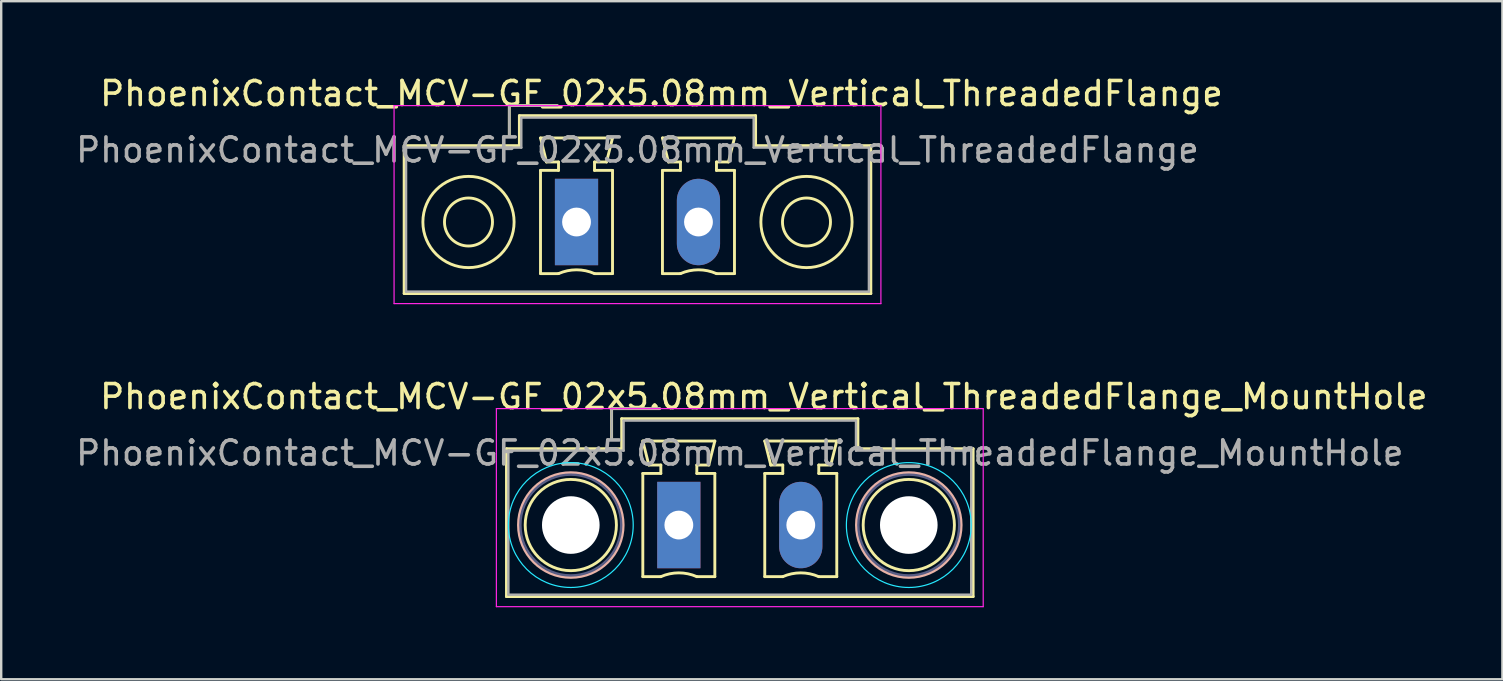
<source format=kicad_pcb>
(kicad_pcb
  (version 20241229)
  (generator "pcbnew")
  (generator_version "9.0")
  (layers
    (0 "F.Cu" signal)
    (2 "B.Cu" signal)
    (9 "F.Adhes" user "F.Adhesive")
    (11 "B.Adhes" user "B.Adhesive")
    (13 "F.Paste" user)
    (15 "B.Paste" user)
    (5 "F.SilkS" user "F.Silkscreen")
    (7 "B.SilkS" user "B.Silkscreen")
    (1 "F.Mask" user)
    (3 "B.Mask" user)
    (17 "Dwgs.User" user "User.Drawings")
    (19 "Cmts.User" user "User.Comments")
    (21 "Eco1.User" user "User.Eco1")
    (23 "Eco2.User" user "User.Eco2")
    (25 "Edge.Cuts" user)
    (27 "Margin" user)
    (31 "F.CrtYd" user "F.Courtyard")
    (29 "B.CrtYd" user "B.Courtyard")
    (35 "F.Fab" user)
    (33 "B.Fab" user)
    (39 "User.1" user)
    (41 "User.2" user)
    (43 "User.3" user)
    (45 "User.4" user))
  (footprint "PhoenixContact_MCV-GF_02x5.08mm_Vertical_ThreadedFlange"
    (layer "F.Cu")
    (at 20.966 6.198)
    (property "Reference" "PhoenixContact_MCV-GF_02x5.08mm_Vertical_ThreadedFlange" (at 3.54 -5.35 0) (layer "F.SilkS") (effects (font (size 1 1) (thickness 0.15))))
    (attr through_hole)
    (fp_line (start -7.18 -3.18) (end -7.18 2.98) (stroke (width 0.12) (type solid)) (layer "F.SilkS"))
    (fp_line (start -7.18 2.98) (end 12.26 2.98) (stroke (width 0.12) (type solid)) (layer "F.SilkS"))
    (fp_line (start -2.8 -4.85) (end -0.8 -4.85) (stroke (width 0.12) (type solid)) (layer "F.SilkS"))
    (fp_line (start -2.8 -3.6) (end -2.8 -4.85) (stroke (width 0.12) (type solid)) (layer "F.SilkS"))
    (fp_line (start -2.38 -4.43) (end -2.38 -3.18) (stroke (width 0.12) (type solid)) (layer "F.SilkS"))
    (fp_line (start -2.38 -3.18) (end -7.18 -3.18) (stroke (width 0.12) (type solid)) (layer "F.SilkS"))
    (fp_line (start -1.5 -3.5) (end 1.5 -3.5) (stroke (width 0.12) (type solid)) (layer "F.SilkS"))
    (fp_line (start -1.5 -2.15) (end -0.75 -2.15) (stroke (width 0.12) (type solid)) (layer "F.SilkS"))
    (fp_line (start -1.5 2.15) (end -1.5 -2.15) (stroke (width 0.12) (type solid)) (layer "F.SilkS"))
    (fp_line (start -1.25 -2.5) (end -1.5 -3.5) (stroke (width 0.12) (type solid)) (layer "F.SilkS"))
    (fp_line (start -0.75 -2.5) (end -1.25 -2.5) (stroke (width 0.12) (type solid)) (layer "F.SilkS"))
    (fp_line (start -0.75 -2.15) (end -0.75 -2.5) (stroke (width 0.12) (type solid)) (layer "F.SilkS"))
    (fp_line (start -0.75 2.15) (end -1.5 2.15) (stroke (width 0.12) (type solid)) (layer "F.SilkS"))
    (fp_line (start 0.75 -2.5) (end 0.75 -2.15) (stroke (width 0.12) (type solid)) (layer "F.SilkS"))
    (fp_line (start 0.75 -2.15) (end 1.5 -2.15) (stroke (width 0.12) (type solid)) (layer "F.SilkS"))
    (fp_line (start 1.25 -2.5) (end 0.75 -2.5) (stroke (width 0.12) (type solid)) (layer "F.SilkS"))
    (fp_line (start 1.5 -3.5) (end 1.25 -2.5) (stroke (width 0.12) (type solid)) (layer "F.SilkS"))
    (fp_line (start 1.5 -2.15) (end 1.5 2.15) (stroke (width 0.12) (type solid)) (layer "F.SilkS"))
    (fp_line (start 1.5 2.15) (end 0.75 2.15) (stroke (width 0.12) (type solid)) (layer "F.SilkS"))
    (fp_line (start 3.58 -3.5) (end 6.58 -3.5) (stroke (width 0.12) (type solid)) (layer "F.SilkS"))
    (fp_line (start 3.58 -2.15) (end 4.33 -2.15) (stroke (width 0.12) (type solid)) (layer "F.SilkS"))
    (fp_line (start 3.58 2.15) (end 3.58 -2.15) (stroke (width 0.12) (type solid)) (layer "F.SilkS"))
    (fp_line (start 3.83 -2.5) (end 3.58 -3.5) (stroke (width 0.12) (type solid)) (layer "F.SilkS"))
    (fp_line (start 4.33 -2.5) (end 3.83 -2.5) (stroke (width 0.12) (type solid)) (layer "F.SilkS"))
    (fp_line (start 4.33 -2.15) (end 4.33 -2.5) (stroke (width 0.12) (type solid)) (layer "F.SilkS"))
    (fp_line (start 4.33 2.15) (end 3.58 2.15) (stroke (width 0.12) (type solid)) (layer "F.SilkS"))
    (fp_line (start 5.83 -2.5) (end 5.83 -2.15) (stroke (width 0.12) (type solid)) (layer "F.SilkS"))
    (fp_line (start 5.83 -2.15) (end 6.58 -2.15) (stroke (width 0.12) (type solid)) (layer "F.SilkS"))
    (fp_line (start 6.33 -2.5) (end 5.83 -2.5) (stroke (width 0.12) (type solid)) (layer "F.SilkS"))
    (fp_line (start 6.58 -3.5) (end 6.33 -2.5) (stroke (width 0.12) (type solid)) (layer "F.SilkS"))
    (fp_line (start 6.58 -2.15) (end 6.58 2.15) (stroke (width 0.12) (type solid)) (layer "F.SilkS"))
    (fp_line (start 6.58 2.15) (end 5.83 2.15) (stroke (width 0.12) (type solid)) (layer "F.SilkS"))
    (fp_line (start 7.46 -4.43) (end -2.38 -4.43) (stroke (width 0.12) (type solid)) (layer "F.SilkS"))
    (fp_line (start 7.46 -3.18) (end 7.46 -4.43) (stroke (width 0.12) (type solid)) (layer "F.SilkS"))
    (fp_line (start 12.26 -3.18) (end 7.46 -3.18) (stroke (width 0.12) (type solid)) (layer "F.SilkS"))
    (fp_line (start 12.26 2.98) (end 12.26 -3.18) (stroke (width 0.12) (type solid)) (layer "F.SilkS"))
    (fp_arc (start -0.75 2.15) (mid -0.000193 1.99191) (end 0.749647 2.149844) (stroke (width 0.12) (type solid)) (layer "F.SilkS"))
    (fp_arc (start 4.33 2.15) (mid 5.079807 1.99191) (end 5.829647 2.149844) (stroke (width 0.12) (type solid)) (layer "F.SilkS"))
    (fp_circle (center -4.5 0) (end -3.5 0) (stroke (width 0.12) (type solid)) (fill no) (layer "F.SilkS"))
    (fp_circle (center -4.5 0) (end -2.6 0) (stroke (width 0.12) (type solid)) (fill no) (layer "F.SilkS"))
    (fp_circle (center 9.58 0) (end 10.58 0) (stroke (width 0.12) (type solid)) (fill no) (layer "F.SilkS"))
    (fp_circle (center 9.58 0) (end 11.48 0) (stroke (width 0.12) (type solid)) (fill no) (layer "F.SilkS"))
    (fp_line (start -7.6 -4.85) (end -7.6 3.4) (stroke (width 0.05) (type solid)) (layer "F.CrtYd"))
    (fp_line (start -7.6 3.4) (end 12.68 3.4) (stroke (width 0.05) (type solid)) (layer "F.CrtYd"))
    (fp_line (start 12.68 -4.85) (end -7.6 -4.85) (stroke (width 0.05) (type solid)) (layer "F.CrtYd"))
    (fp_line (start 12.68 3.4) (end 12.68 -4.85) (stroke (width 0.05) (type solid)) (layer "F.CrtYd"))
    (fp_line (start -7.1 -3.1) (end -7.1 2.9) (stroke (width 0.1) (type solid)) (layer "F.Fab"))
    (fp_line (start -7.1 2.9) (end 12.18 2.9) (stroke (width 0.1) (type solid)) (layer "F.Fab"))
    (fp_line (start -2.8 -4.85) (end -0.8 -4.85) (stroke (width 0.1) (type solid)) (layer "F.Fab"))
    (fp_line (start -2.8 -3.6) (end -2.8 -4.85) (stroke (width 0.1) (type solid)) (layer "F.Fab"))
    (fp_line (start -2.3 -4.35) (end -2.3 -3.1) (stroke (width 0.1) (type solid)) (layer "F.Fab"))
    (fp_line (start -2.3 -3.1) (end -7.1 -3.1) (stroke (width 0.1) (type solid)) (layer "F.Fab"))
    (fp_line (start 7.38 -4.35) (end -2.3 -4.35) (stroke (width 0.1) (type solid)) (layer "F.Fab"))
    (fp_line (start 7.38 -3.1) (end 7.38 -4.35) (stroke (width 0.1) (type solid)) (layer "F.Fab"))
    (fp_line (start 12.18 -3.1) (end 7.38 -3.1) (stroke (width 0.1) (type solid)) (layer "F.Fab"))
    (fp_line (start 12.18 2.9) (end 12.18 -3.1) (stroke (width 0.1) (type solid)) (layer "F.Fab"))
    (fp_text user "${REFERENCE}" (at 2.54 -3 0) (layer "F.Fab") (effects (font (size 1 1) (thickness 0.15))))
    (pad "1" thru_hole rect (at 0 0) (size 1.8 3.6) (drill 1.2) (layers "*.Cu" "*.Mask"))
    (pad "2" thru_hole oval (at 5.08 0) (size 1.8 3.6) (drill 1.2) (layers "*.Cu" "*.Mask")))
  (footprint "PhoenixContact_MCV-GF_02x5.08mm_Vertical_ThreadedFlange_MountHole"
    (layer "F.Cu")
    (at 25.228 18.822)
    (property "Reference" "PhoenixContact_MCV-GF_02x5.08mm_Vertical_ThreadedFlange_MountHole" (at 3.54 -5.35 0) (layer "F.SilkS") (effects (font (size 1 1) (thickness 0.15))))
    (attr through_hole)
    (fp_line (start -7.18 -3.18) (end -7.18 2.98) (stroke (width 0.12) (type solid)) (layer "F.SilkS"))
    (fp_line (start -7.18 2.98) (end 12.26 2.98) (stroke (width 0.12) (type solid)) (layer "F.SilkS"))
    (fp_line (start -2.8 -4.85) (end -0.8 -4.85) (stroke (width 0.12) (type solid)) (layer "F.SilkS"))
    (fp_line (start -2.8 -3.6) (end -2.8 -4.85) (stroke (width 0.12) (type solid)) (layer "F.SilkS"))
    (fp_line (start -2.38 -4.43) (end -2.38 -3.18) (stroke (width 0.12) (type solid)) (layer "F.SilkS"))
    (fp_line (start -2.38 -3.18) (end -7.18 -3.18) (stroke (width 0.12) (type solid)) (layer "F.SilkS"))
    (fp_line (start -1.5 -3.5) (end 1.5 -3.5) (stroke (width 0.12) (type solid)) (layer "F.SilkS"))
    (fp_line (start -1.5 -2.15) (end -0.75 -2.15) (stroke (width 0.12) (type solid)) (layer "F.SilkS"))
    (fp_line (start -1.5 2.15) (end -1.5 -2.15) (stroke (width 0.12) (type solid)) (layer "F.SilkS"))
    (fp_line (start -1.25 -2.5) (end -1.5 -3.5) (stroke (width 0.12) (type solid)) (layer "F.SilkS"))
    (fp_line (start -0.75 -2.5) (end -1.25 -2.5) (stroke (width 0.12) (type solid)) (layer "F.SilkS"))
    (fp_line (start -0.75 -2.15) (end -0.75 -2.5) (stroke (width 0.12) (type solid)) (layer "F.SilkS"))
    (fp_line (start -0.75 2.15) (end -1.5 2.15) (stroke (width 0.12) (type solid)) (layer "F.SilkS"))
    (fp_line (start 0.75 -2.5) (end 0.75 -2.15) (stroke (width 0.12) (type solid)) (layer "F.SilkS"))
    (fp_line (start 0.75 -2.15) (end 1.5 -2.15) (stroke (width 0.12) (type solid)) (layer "F.SilkS"))
    (fp_line (start 1.25 -2.5) (end 0.75 -2.5) (stroke (width 0.12) (type solid)) (layer "F.SilkS"))
    (fp_line (start 1.5 -3.5) (end 1.25 -2.5) (stroke (width 0.12) (type solid)) (layer "F.SilkS"))
    (fp_line (start 1.5 -2.15) (end 1.5 2.15) (stroke (width 0.12) (type solid)) (layer "F.SilkS"))
    (fp_line (start 1.5 2.15) (end 0.75 2.15) (stroke (width 0.12) (type solid)) (layer "F.SilkS"))
    (fp_line (start 3.58 -3.5) (end 6.58 -3.5) (stroke (width 0.12) (type solid)) (layer "F.SilkS"))
    (fp_line (start 3.58 -2.15) (end 4.33 -2.15) (stroke (width 0.12) (type solid)) (layer "F.SilkS"))
    (fp_line (start 3.58 2.15) (end 3.58 -2.15) (stroke (width 0.12) (type solid)) (layer "F.SilkS"))
    (fp_line (start 3.83 -2.5) (end 3.58 -3.5) (stroke (width 0.12) (type solid)) (layer "F.SilkS"))
    (fp_line (start 4.33 -2.5) (end 3.83 -2.5) (stroke (width 0.12) (type solid)) (layer "F.SilkS"))
    (fp_line (start 4.33 -2.15) (end 4.33 -2.5) (stroke (width 0.12) (type solid)) (layer "F.SilkS"))
    (fp_line (start 4.33 2.15) (end 3.58 2.15) (stroke (width 0.12) (type solid)) (layer "F.SilkS"))
    (fp_line (start 5.83 -2.5) (end 5.83 -2.15) (stroke (width 0.12) (type solid)) (layer "F.SilkS"))
    (fp_line (start 5.83 -2.15) (end 6.58 -2.15) (stroke (width 0.12) (type solid)) (layer "F.SilkS"))
    (fp_line (start 6.33 -2.5) (end 5.83 -2.5) (stroke (width 0.12) (type solid)) (layer "F.SilkS"))
    (fp_line (start 6.58 -3.5) (end 6.33 -2.5) (stroke (width 0.12) (type solid)) (layer "F.SilkS"))
    (fp_line (start 6.58 -2.15) (end 6.58 2.15) (stroke (width 0.12) (type solid)) (layer "F.SilkS"))
    (fp_line (start 6.58 2.15) (end 5.83 2.15) (stroke (width 0.12) (type solid)) (layer "F.SilkS"))
    (fp_line (start 7.46 -4.43) (end -2.38 -4.43) (stroke (width 0.12) (type solid)) (layer "F.SilkS"))
    (fp_line (start 7.46 -3.18) (end 7.46 -4.43) (stroke (width 0.12) (type solid)) (layer "F.SilkS"))
    (fp_line (start 12.26 -3.18) (end 7.46 -3.18) (stroke (width 0.12) (type solid)) (layer "F.SilkS"))
    (fp_line (start 12.26 2.98) (end 12.26 -3.18) (stroke (width 0.12) (type solid)) (layer "F.SilkS"))
    (fp_arc (start -0.75 2.15) (mid -0.000193 1.99191) (end 0.749647 2.149844) (stroke (width 0.12) (type solid)) (layer "F.SilkS"))
    (fp_arc (start 4.33 2.15) (mid 5.079807 1.99191) (end 5.829647 2.149844) (stroke (width 0.12) (type solid)) (layer "F.SilkS"))
    (fp_circle (center -4.5 0) (end -2.6 0) (stroke (width 0.12) (type solid)) (fill no) (layer "F.SilkS"))
    (fp_circle (center 9.58 0) (end 11.48 0) (stroke (width 0.12) (type solid)) (fill no) (layer "F.SilkS"))
    (fp_circle (center -4.5 0) (end -2.32 0) (stroke (width 0.12) (type solid)) (fill no) (layer "B.SilkS"))
    (fp_circle (center 9.58 0) (end 11.76 0) (stroke (width 0.12) (type solid)) (fill no) (layer "B.SilkS"))
    (fp_circle (center -4.5 0) (end -1.9 0) (stroke (width 0.05) (type solid)) (fill no) (layer "B.CrtYd"))
    (fp_circle (center 9.58 0) (end 12.18 0) (stroke (width 0.05) (type solid)) (fill no) (layer "B.CrtYd"))
    (fp_line (start -7.6 -4.85) (end -7.6 3.4) (stroke (width 0.05) (type solid)) (layer "F.CrtYd"))
    (fp_line (start -7.6 3.4) (end 12.68 3.4) (stroke (width 0.05) (type solid)) (layer "F.CrtYd"))
    (fp_line (start 12.68 -4.85) (end -7.6 -4.85) (stroke (width 0.05) (type solid)) (layer "F.CrtYd"))
    (fp_line (start 12.68 3.4) (end 12.68 -4.85) (stroke (width 0.05) (type solid)) (layer "F.CrtYd"))
    (fp_circle (center -4.5 0) (end -2.4 0) (stroke (width 0.1) (type solid)) (fill no) (layer "B.Fab"))
    (fp_circle (center 9.58 0) (end 11.68 0) (stroke (width 0.1) (type solid)) (fill no) (layer "B.Fab"))
    (fp_line (start -7.1 -3.1) (end -7.1 2.9) (stroke (width 0.1) (type solid)) (layer "F.Fab"))
    (fp_line (start -7.1 2.9) (end 12.18 2.9) (stroke (width 0.1) (type solid)) (layer "F.Fab"))
    (fp_line (start -2.8 -4.85) (end -0.8 -4.85) (stroke (width 0.1) (type solid)) (layer "F.Fab"))
    (fp_line (start -2.8 -3.6) (end -2.8 -4.85) (stroke (width 0.1) (type solid)) (layer "F.Fab"))
    (fp_line (start -2.3 -4.35) (end -2.3 -3.1) (stroke (width 0.1) (type solid)) (layer "F.Fab"))
    (fp_line (start -2.3 -3.1) (end -7.1 -3.1) (stroke (width 0.1) (type solid)) (layer "F.Fab"))
    (fp_line (start 7.38 -4.35) (end -2.3 -4.35) (stroke (width 0.1) (type solid)) (layer "F.Fab"))
    (fp_line (start 7.38 -3.1) (end 7.38 -4.35) (stroke (width 0.1) (type solid)) (layer "F.Fab"))
    (fp_line (start 12.18 -3.1) (end 7.38 -3.1) (stroke (width 0.1) (type solid)) (layer "F.Fab"))
    (fp_line (start 12.18 2.9) (end 12.18 -3.1) (stroke (width 0.1) (type solid)) (layer "F.Fab"))
    (fp_text user "${REFERENCE}" (at 2.54 -3 0) (layer "F.Fab") (effects (font (size 1 1) (thickness 0.15))))
    (pad "" np_thru_hole circle (at -4.5 0) (size 2.4 2.4) (drill 2.4) (layers "*.Cu" "*.Mask"))
    (pad "" np_thru_hole circle (at 9.58 0) (size 2.4 2.4) (drill 2.4) (layers "*.Cu" "*.Mask"))
    (pad "1" thru_hole rect (at 0 0) (size 1.8 3.6) (drill 1.2) (layers "*.Cu" "*.Mask"))
    (pad "2" thru_hole oval (at 5.08 0) (size 1.8 3.6) (drill 1.2) (layers "*.Cu" "*.Mask")))
  (gr_rect
    (start -3 -3)
    (end 59.536 25.247)
    (stroke (width 0.1) (type default))
    (fill no)
    (layer "Edge.Cuts")))
</source>
